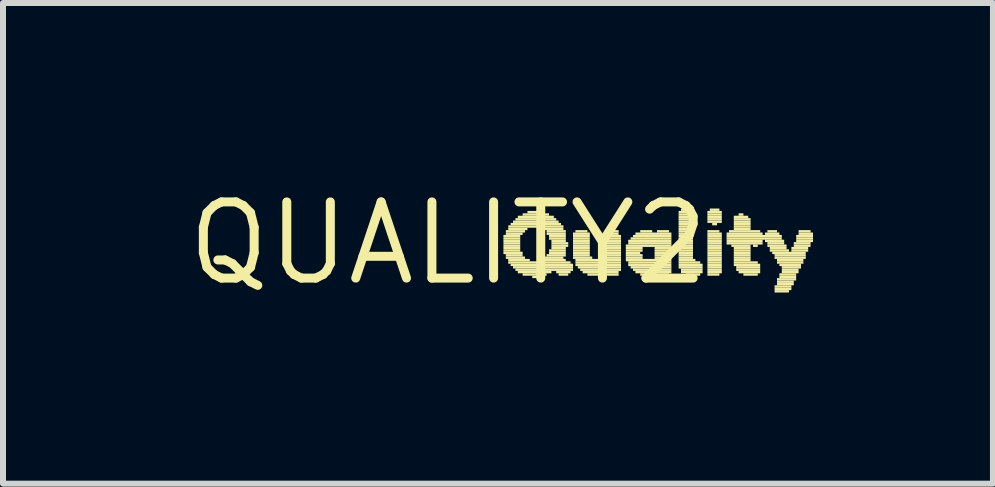
<source format=kicad_pcb>
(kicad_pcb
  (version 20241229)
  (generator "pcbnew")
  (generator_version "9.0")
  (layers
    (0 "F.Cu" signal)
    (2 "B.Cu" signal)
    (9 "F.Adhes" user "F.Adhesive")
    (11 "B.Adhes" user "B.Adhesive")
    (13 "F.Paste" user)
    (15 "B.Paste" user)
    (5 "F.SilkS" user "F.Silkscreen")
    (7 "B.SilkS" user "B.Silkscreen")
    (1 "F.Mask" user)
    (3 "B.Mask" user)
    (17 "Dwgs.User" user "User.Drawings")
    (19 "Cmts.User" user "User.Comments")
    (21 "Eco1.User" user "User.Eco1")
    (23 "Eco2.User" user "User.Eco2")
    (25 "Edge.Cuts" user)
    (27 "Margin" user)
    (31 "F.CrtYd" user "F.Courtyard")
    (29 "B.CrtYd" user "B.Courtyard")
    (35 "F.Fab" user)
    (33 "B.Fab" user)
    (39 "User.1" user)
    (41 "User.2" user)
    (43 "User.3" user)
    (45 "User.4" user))
  (footprint "QUALITY2"
    (layer "F.Cu")
    (at 4.422 1.006)
    (property "Reference" "QUALITY2" (at 0 0 0) (layer "F.SilkS") (effects (font (size 1.27 1.27) (thickness 0.15))))
    (fp_poly (pts (xy 0.92 -0.1) (xy 1.2 -0.1) (xy 1.2 -0.14) (xy 0.92 -0.14)) (stroke (width 0) (type default)) (fill yes) (layer "F.SilkS"))
    (fp_poly (pts (xy 0.92 -0.06) (xy 1.2 -0.06) (xy 1.2 -0.1) (xy 0.92 -0.1)) (stroke (width 0) (type default)) (fill yes) (layer "F.SilkS"))
    (fp_poly (pts (xy 0.92 -0.02) (xy 1.2 -0.02) (xy 1.2 -0.06) (xy 0.92 -0.06)) (stroke (width 0) (type default)) (fill yes) (layer "F.SilkS"))
    (fp_poly (pts (xy 0.92 0.02) (xy 1.2 0.02) (xy 1.2 -0.02) (xy 0.92 -0.02)) (stroke (width 0) (type default)) (fill yes) (layer "F.SilkS"))
    (fp_poly (pts (xy 0.92 0.06) (xy 1.2 0.06) (xy 1.2 0.02) (xy 0.92 0.02)) (stroke (width 0) (type default)) (fill yes) (layer "F.SilkS"))
    (fp_poly (pts (xy 0.92 0.1) (xy 1.2 0.1) (xy 1.2 0.06) (xy 0.92 0.06)) (stroke (width 0) (type default)) (fill yes) (layer "F.SilkS"))
    (fp_poly (pts (xy 0.92 0.14) (xy 1.2 0.14) (xy 1.2 0.1) (xy 0.92 0.1)) (stroke (width 0) (type default)) (fill yes) (layer "F.SilkS"))
    (fp_poly (pts (xy 0.92 0.18) (xy 1.24 0.18) (xy 1.24 0.14) (xy 0.92 0.14)) (stroke (width 0) (type default)) (fill yes) (layer "F.SilkS"))
    (fp_poly (pts (xy 0.96 -0.18) (xy 1.28 -0.18) (xy 1.28 -0.22) (xy 0.96 -0.22)) (stroke (width 0) (type default)) (fill yes) (layer "F.SilkS"))
    (fp_poly (pts (xy 0.96 -0.14) (xy 1.24 -0.14) (xy 1.24 -0.18) (xy 0.96 -0.18)) (stroke (width 0) (type default)) (fill yes) (layer "F.SilkS"))
    (fp_poly (pts (xy 0.96 0.22) (xy 1.24 0.22) (xy 1.24 0.18) (xy 0.96 0.18)) (stroke (width 0) (type default)) (fill yes) (layer "F.SilkS"))
    (fp_poly (pts (xy 0.96 0.26) (xy 1.28 0.26) (xy 1.28 0.22) (xy 0.96 0.22)) (stroke (width 0) (type default)) (fill yes) (layer "F.SilkS"))
    (fp_poly (pts (xy 1 -0.26) (xy 1.92 -0.26) (xy 1.92 -0.3) (xy 1 -0.3)) (stroke (width 0) (type default)) (fill yes) (layer "F.SilkS"))
    (fp_poly (pts (xy 1 -0.22) (xy 1.32 -0.22) (xy 1.32 -0.26) (xy 1 -0.26)) (stroke (width 0) (type default)) (fill yes) (layer "F.SilkS"))
    (fp_poly (pts (xy 1 0.3) (xy 1.36 0.3) (xy 1.36 0.26) (xy 1 0.26)) (stroke (width 0) (type default)) (fill yes) (layer "F.SilkS"))
    (fp_poly (pts (xy 1 0.34) (xy 2.04 0.34) (xy 2.04 0.3) (xy 1 0.3)) (stroke (width 0) (type default)) (fill yes) (layer "F.SilkS"))
    (fp_poly (pts (xy 1.04 -0.3) (xy 1.88 -0.3) (xy 1.88 -0.34) (xy 1.04 -0.34)) (stroke (width 0) (type default)) (fill yes) (layer "F.SilkS"))
    (fp_poly (pts (xy 1.04 0.38) (xy 2.08 0.38) (xy 2.08 0.34) (xy 1.04 0.34)) (stroke (width 0) (type default)) (fill yes) (layer "F.SilkS"))
    (fp_poly (pts (xy 1.08 -0.34) (xy 1.84 -0.34) (xy 1.84 -0.38) (xy 1.08 -0.38)) (stroke (width 0) (type default)) (fill yes) (layer "F.SilkS"))
    (fp_poly (pts (xy 1.08 0.42) (xy 2.08 0.42) (xy 2.08 0.38) (xy 1.08 0.38)) (stroke (width 0) (type default)) (fill yes) (layer "F.SilkS"))
    (fp_poly (pts (xy 1.12 -0.38) (xy 1.8 -0.38) (xy 1.8 -0.42) (xy 1.12 -0.42)) (stroke (width 0) (type default)) (fill yes) (layer "F.SilkS"))
    (fp_poly (pts (xy 1.12 0.46) (xy 2.08 0.46) (xy 2.08 0.42) (xy 1.12 0.42)) (stroke (width 0) (type default)) (fill yes) (layer "F.SilkS"))
    (fp_poly (pts (xy 1.16 -0.42) (xy 1.76 -0.42) (xy 1.76 -0.46) (xy 1.16 -0.46)) (stroke (width 0) (type default)) (fill yes) (layer "F.SilkS"))
    (fp_poly (pts (xy 1.16 0.5) (xy 1.72 0.5) (xy 1.72 0.46) (xy 1.16 0.46)) (stroke (width 0) (type default)) (fill yes) (layer "F.SilkS"))
    (fp_poly (pts (xy 1.24 -0.46) (xy 1.68 -0.46) (xy 1.68 -0.5) (xy 1.24 -0.5)) (stroke (width 0) (type default)) (fill yes) (layer "F.SilkS"))
    (fp_poly (pts (xy 1.24 0.54) (xy 1.64 0.54) (xy 1.64 0.5) (xy 1.24 0.5)) (stroke (width 0) (type default)) (fill yes) (layer "F.SilkS"))
    (fp_poly (pts (xy 1.32 -0.5) (xy 1.56 -0.5) (xy 1.56 -0.54) (xy 1.32 -0.54)) (stroke (width 0) (type default)) (fill yes) (layer "F.SilkS"))
    (fp_poly (pts (xy 1.4 0.58) (xy 1.52 0.58) (xy 1.52 0.54) (xy 1.4 0.54)) (stroke (width 0) (type default)) (fill yes) (layer "F.SilkS"))
    (fp_poly (pts (xy 1.52 0.3) (xy 1.96 0.3) (xy 1.96 0.26) (xy 1.52 0.26)) (stroke (width 0) (type default)) (fill yes) (layer "F.SilkS"))
    (fp_poly (pts (xy 1.56 -0.22) (xy 1.92 -0.22) (xy 1.92 -0.26) (xy 1.56 -0.26)) (stroke (width 0) (type default)) (fill yes) (layer "F.SilkS"))
    (fp_poly (pts (xy 1.6 0.26) (xy 1.92 0.26) (xy 1.92 0.22) (xy 1.6 0.22)) (stroke (width 0) (type default)) (fill yes) (layer "F.SilkS"))
    (fp_poly (pts (xy 1.64 -0.18) (xy 1.96 -0.18) (xy 1.96 -0.22) (xy 1.64 -0.22)) (stroke (width 0) (type default)) (fill yes) (layer "F.SilkS"))
    (fp_poly (pts (xy 1.64 -0.14) (xy 1.96 -0.14) (xy 1.96 -0.18) (xy 1.64 -0.18)) (stroke (width 0) (type default)) (fill yes) (layer "F.SilkS"))
    (fp_poly (pts (xy 1.64 0.22) (xy 1.96 0.22) (xy 1.96 0.18) (xy 1.64 0.18)) (stroke (width 0) (type default)) (fill yes) (layer "F.SilkS"))
    (fp_poly (pts (xy 1.68 -0.1) (xy 1.96 -0.1) (xy 1.96 -0.14) (xy 1.68 -0.14)) (stroke (width 0) (type default)) (fill yes) (layer "F.SilkS"))
    (fp_poly (pts (xy 1.68 -0.06) (xy 1.96 -0.06) (xy 1.96 -0.1) (xy 1.68 -0.1)) (stroke (width 0) (type default)) (fill yes) (layer "F.SilkS"))
    (fp_poly (pts (xy 1.68 0.14) (xy 1.96 0.14) (xy 1.96 0.1) (xy 1.68 0.1)) (stroke (width 0) (type default)) (fill yes) (layer "F.SilkS"))
    (fp_poly (pts (xy 1.68 0.18) (xy 1.96 0.18) (xy 1.96 0.14) (xy 1.68 0.14)) (stroke (width 0) (type default)) (fill yes) (layer "F.SilkS"))
    (fp_poly (pts (xy 1.72 -0.02) (xy 1.96 -0.02) (xy 1.96 -0.06) (xy 1.72 -0.06)) (stroke (width 0) (type default)) (fill yes) (layer "F.SilkS"))
    (fp_poly (pts (xy 1.72 0.02) (xy 2 0.02) (xy 2 -0.02) (xy 1.72 -0.02)) (stroke (width 0) (type default)) (fill yes) (layer "F.SilkS"))
    (fp_poly (pts (xy 1.72 0.06) (xy 2 0.06) (xy 2 0.02) (xy 1.72 0.02)) (stroke (width 0) (type default)) (fill yes) (layer "F.SilkS"))
    (fp_poly (pts (xy 1.72 0.1) (xy 1.96 0.1) (xy 1.96 0.06) (xy 1.72 0.06)) (stroke (width 0) (type default)) (fill yes) (layer "F.SilkS"))
    (fp_poly (pts (xy 1.8 0.5) (xy 2.04 0.5) (xy 2.04 0.46) (xy 1.8 0.46)) (stroke (width 0) (type default)) (fill yes) (layer "F.SilkS"))
    (fp_poly (pts (xy 1.84 0.54) (xy 2 0.54) (xy 2 0.5) (xy 1.84 0.5)) (stroke (width 0) (type default)) (fill yes) (layer "F.SilkS"))
    (fp_poly (pts (xy 2.08 -0.14) (xy 2.36 -0.14) (xy 2.36 -0.18) (xy 2.08 -0.18)) (stroke (width 0) (type default)) (fill yes) (layer "F.SilkS"))
    (fp_poly (pts (xy 2.08 -0.1) (xy 2.36 -0.1) (xy 2.36 -0.14) (xy 2.08 -0.14)) (stroke (width 0) (type default)) (fill yes) (layer "F.SilkS"))
    (fp_poly (pts (xy 2.08 -0.06) (xy 2.36 -0.06) (xy 2.36 -0.1) (xy 2.08 -0.1)) (stroke (width 0) (type default)) (fill yes) (layer "F.SilkS"))
    (fp_poly (pts (xy 2.08 -0.02) (xy 2.36 -0.02) (xy 2.36 -0.06) (xy 2.08 -0.06)) (stroke (width 0) (type default)) (fill yes) (layer "F.SilkS"))
    (fp_poly (pts (xy 2.08 0.02) (xy 2.36 0.02) (xy 2.36 -0.02) (xy 2.08 -0.02)) (stroke (width 0) (type default)) (fill yes) (layer "F.SilkS"))
    (fp_poly (pts (xy 2.08 0.06) (xy 2.36 0.06) (xy 2.36 0.02) (xy 2.08 0.02)) (stroke (width 0) (type default)) (fill yes) (layer "F.SilkS"))
    (fp_poly (pts (xy 2.08 0.1) (xy 2.36 0.1) (xy 2.36 0.06) (xy 2.08 0.06)) (stroke (width 0) (type default)) (fill yes) (layer "F.SilkS"))
    (fp_poly (pts (xy 2.08 0.14) (xy 2.36 0.14) (xy 2.36 0.1) (xy 2.08 0.1)) (stroke (width 0) (type default)) (fill yes) (layer "F.SilkS"))
    (fp_poly (pts (xy 2.08 0.18) (xy 2.36 0.18) (xy 2.36 0.14) (xy 2.08 0.14)) (stroke (width 0) (type default)) (fill yes) (layer "F.SilkS"))
    (fp_poly (pts (xy 2.08 0.22) (xy 2.36 0.22) (xy 2.36 0.18) (xy 2.08 0.18)) (stroke (width 0) (type default)) (fill yes) (layer "F.SilkS"))
    (fp_poly (pts (xy 2.08 0.26) (xy 2.4 0.26) (xy 2.4 0.22) (xy 2.08 0.22)) (stroke (width 0) (type default)) (fill yes) (layer "F.SilkS"))
    (fp_poly (pts (xy 2.12 -0.18) (xy 2.32 -0.18) (xy 2.32 -0.22) (xy 2.12 -0.22)) (stroke (width 0) (type default)) (fill yes) (layer "F.SilkS"))
    (fp_poly (pts (xy 2.12 0.3) (xy 2.88 0.3) (xy 2.88 0.26) (xy 2.12 0.26)) (stroke (width 0) (type default)) (fill yes) (layer "F.SilkS"))
    (fp_poly (pts (xy 2.12 0.34) (xy 2.88 0.34) (xy 2.88 0.3) (xy 2.12 0.3)) (stroke (width 0) (type default)) (fill yes) (layer "F.SilkS"))
    (fp_poly (pts (xy 2.12 0.38) (xy 2.88 0.38) (xy 2.88 0.34) (xy 2.12 0.34)) (stroke (width 0) (type default)) (fill yes) (layer "F.SilkS"))
    (fp_poly (pts (xy 2.16 0.42) (xy 2.88 0.42) (xy 2.88 0.38) (xy 2.16 0.38)) (stroke (width 0) (type default)) (fill yes) (layer "F.SilkS"))
    (fp_poly (pts (xy 2.2 0.46) (xy 2.88 0.46) (xy 2.88 0.42) (xy 2.2 0.42)) (stroke (width 0) (type default)) (fill yes) (layer "F.SilkS"))
    (fp_poly (pts (xy 2.24 0.5) (xy 2.84 0.5) (xy 2.84 0.46) (xy 2.24 0.46)) (stroke (width 0) (type default)) (fill yes) (layer "F.SilkS"))
    (fp_poly (pts (xy 2.32 0.54) (xy 2.52 0.54) (xy 2.52 0.5) (xy 2.32 0.5)) (stroke (width 0) (type default)) (fill yes) (layer "F.SilkS"))
    (fp_poly (pts (xy 2.56 0.26) (xy 2.88 0.26) (xy 2.88 0.22) (xy 2.56 0.22)) (stroke (width 0) (type default)) (fill yes) (layer "F.SilkS"))
    (fp_poly (pts (xy 2.6 -0.14) (xy 2.84 -0.14) (xy 2.84 -0.18) (xy 2.6 -0.18)) (stroke (width 0) (type default)) (fill yes) (layer "F.SilkS"))
    (fp_poly (pts (xy 2.6 -0.1) (xy 2.88 -0.1) (xy 2.88 -0.14) (xy 2.6 -0.14)) (stroke (width 0) (type default)) (fill yes) (layer "F.SilkS"))
    (fp_poly (pts (xy 2.6 -0.06) (xy 2.88 -0.06) (xy 2.88 -0.1) (xy 2.6 -0.1)) (stroke (width 0) (type default)) (fill yes) (layer "F.SilkS"))
    (fp_poly (pts (xy 2.6 -0.02) (xy 2.88 -0.02) (xy 2.88 -0.06) (xy 2.6 -0.06)) (stroke (width 0) (type default)) (fill yes) (layer "F.SilkS"))
    (fp_poly (pts (xy 2.6 0.02) (xy 2.88 0.02) (xy 2.88 -0.02) (xy 2.6 -0.02)) (stroke (width 0) (type default)) (fill yes) (layer "F.SilkS"))
    (fp_poly (pts (xy 2.6 0.06) (xy 2.88 0.06) (xy 2.88 0.02) (xy 2.6 0.02)) (stroke (width 0) (type default)) (fill yes) (layer "F.SilkS"))
    (fp_poly (pts (xy 2.6 0.1) (xy 2.88 0.1) (xy 2.88 0.06) (xy 2.6 0.06)) (stroke (width 0) (type default)) (fill yes) (layer "F.SilkS"))
    (fp_poly (pts (xy 2.6 0.14) (xy 2.88 0.14) (xy 2.88 0.1) (xy 2.6 0.1)) (stroke (width 0) (type default)) (fill yes) (layer "F.SilkS"))
    (fp_poly (pts (xy 2.6 0.18) (xy 2.88 0.18) (xy 2.88 0.14) (xy 2.6 0.14)) (stroke (width 0) (type default)) (fill yes) (layer "F.SilkS"))
    (fp_poly (pts (xy 2.6 0.22) (xy 2.88 0.22) (xy 2.88 0.18) (xy 2.6 0.18)) (stroke (width 0) (type default)) (fill yes) (layer "F.SilkS"))
    (fp_poly (pts (xy 2.64 -0.18) (xy 2.84 -0.18) (xy 2.84 -0.22) (xy 2.64 -0.22)) (stroke (width 0) (type default)) (fill yes) (layer "F.SilkS"))
    (fp_poly (pts (xy 2.64 0.54) (xy 2.84 0.54) (xy 2.84 0.5) (xy 2.64 0.5)) (stroke (width 0) (type default)) (fill yes) (layer "F.SilkS"))
    (fp_poly (pts (xy 2.96 0.06) (xy 3.72 0.06) (xy 3.72 0.02) (xy 2.96 0.02)) (stroke (width 0) (type default)) (fill yes) (layer "F.SilkS"))
    (fp_poly (pts (xy 2.96 0.1) (xy 3.24 0.1) (xy 3.24 0.06) (xy 2.96 0.06)) (stroke (width 0) (type default)) (fill yes) (layer "F.SilkS"))
    (fp_poly (pts (xy 2.96 0.14) (xy 3.24 0.14) (xy 3.24 0.1) (xy 2.96 0.1)) (stroke (width 0) (type default)) (fill yes) (layer "F.SilkS"))
    (fp_poly (pts (xy 2.96 0.18) (xy 3.2 0.18) (xy 3.2 0.14) (xy 2.96 0.14)) (stroke (width 0) (type default)) (fill yes) (layer "F.SilkS"))
    (fp_poly (pts (xy 2.96 0.22) (xy 3.24 0.22) (xy 3.24 0.18) (xy 2.96 0.18)) (stroke (width 0) (type default)) (fill yes) (layer "F.SilkS"))
    (fp_poly (pts (xy 2.96 0.26) (xy 3.24 0.26) (xy 3.24 0.22) (xy 2.96 0.22)) (stroke (width 0) (type default)) (fill yes) (layer "F.SilkS"))
    (fp_poly (pts (xy 2.96 0.3) (xy 3.72 0.3) (xy 3.72 0.26) (xy 2.96 0.26)) (stroke (width 0) (type default)) (fill yes) (layer "F.SilkS"))
    (fp_poly (pts (xy 3 -0.02) (xy 3.72 -0.02) (xy 3.72 -0.06) (xy 3 -0.06)) (stroke (width 0) (type default)) (fill yes) (layer "F.SilkS"))
    (fp_poly (pts (xy 3 0.02) (xy 3.72 0.02) (xy 3.72 -0.02) (xy 3 -0.02)) (stroke (width 0) (type default)) (fill yes) (layer "F.SilkS"))
    (fp_poly (pts (xy 3 0.34) (xy 3.72 0.34) (xy 3.72 0.3) (xy 3 0.3)) (stroke (width 0) (type default)) (fill yes) (layer "F.SilkS"))
    (fp_poly (pts (xy 3 0.38) (xy 3.72 0.38) (xy 3.72 0.34) (xy 3 0.34)) (stroke (width 0) (type default)) (fill yes) (layer "F.SilkS"))
    (fp_poly (pts (xy 3.04 -0.06) (xy 3.72 -0.06) (xy 3.72 -0.1) (xy 3.04 -0.1)) (stroke (width 0) (type default)) (fill yes) (layer "F.SilkS"))
    (fp_poly (pts (xy 3.04 0.42) (xy 3.72 0.42) (xy 3.72 0.38) (xy 3.04 0.38)) (stroke (width 0) (type default)) (fill yes) (layer "F.SilkS"))
    (fp_poly (pts (xy 3.08 -0.1) (xy 3.72 -0.1) (xy 3.72 -0.14) (xy 3.08 -0.14)) (stroke (width 0) (type default)) (fill yes) (layer "F.SilkS"))
    (fp_poly (pts (xy 3.08 0.46) (xy 3.72 0.46) (xy 3.72 0.42) (xy 3.08 0.42)) (stroke (width 0) (type default)) (fill yes) (layer "F.SilkS"))
    (fp_poly (pts (xy 3.12 -0.14) (xy 3.72 -0.14) (xy 3.72 -0.18) (xy 3.12 -0.18)) (stroke (width 0) (type default)) (fill yes) (layer "F.SilkS"))
    (fp_poly (pts (xy 3.12 0.5) (xy 3.72 0.5) (xy 3.72 0.46) (xy 3.12 0.46)) (stroke (width 0) (type default)) (fill yes) (layer "F.SilkS"))
    (fp_poly (pts (xy 3.2 -0.18) (xy 3.4 -0.18) (xy 3.4 -0.22) (xy 3.2 -0.22)) (stroke (width 0) (type default)) (fill yes) (layer "F.SilkS"))
    (fp_poly (pts (xy 3.2 0.54) (xy 3.4 0.54) (xy 3.4 0.5) (xy 3.2 0.5)) (stroke (width 0) (type default)) (fill yes) (layer "F.SilkS"))
    (fp_poly (pts (xy 3.44 0.1) (xy 3.72 0.1) (xy 3.72 0.06) (xy 3.44 0.06)) (stroke (width 0) (type default)) (fill yes) (layer "F.SilkS"))
    (fp_poly (pts (xy 3.44 0.14) (xy 3.72 0.14) (xy 3.72 0.1) (xy 3.44 0.1)) (stroke (width 0) (type default)) (fill yes) (layer "F.SilkS"))
    (fp_poly (pts (xy 3.44 0.18) (xy 3.72 0.18) (xy 3.72 0.14) (xy 3.44 0.14)) (stroke (width 0) (type default)) (fill yes) (layer "F.SilkS"))
    (fp_poly (pts (xy 3.44 0.22) (xy 3.72 0.22) (xy 3.72 0.18) (xy 3.44 0.18)) (stroke (width 0) (type default)) (fill yes) (layer "F.SilkS"))
    (fp_poly (pts (xy 3.44 0.26) (xy 3.72 0.26) (xy 3.72 0.22) (xy 3.44 0.22)) (stroke (width 0) (type default)) (fill yes) (layer "F.SilkS"))
    (fp_poly (pts (xy 3.48 -0.18) (xy 3.68 -0.18) (xy 3.68 -0.22) (xy 3.48 -0.22)) (stroke (width 0) (type default)) (fill yes) (layer "F.SilkS"))
    (fp_poly (pts (xy 3.48 0.54) (xy 3.68 0.54) (xy 3.68 0.5) (xy 3.48 0.5)) (stroke (width 0) (type default)) (fill yes) (layer "F.SilkS"))
    (fp_poly (pts (xy 3.84 -0.5) (xy 4.08 -0.5) (xy 4.08 -0.54) (xy 3.84 -0.54)) (stroke (width 0) (type default)) (fill yes) (layer "F.SilkS"))
    (fp_poly (pts (xy 3.84 -0.46) (xy 4.08 -0.46) (xy 4.08 -0.5) (xy 3.84 -0.5)) (stroke (width 0) (type default)) (fill yes) (layer "F.SilkS"))
    (fp_poly (pts (xy 3.84 -0.42) (xy 4.08 -0.42) (xy 4.08 -0.46) (xy 3.84 -0.46)) (stroke (width 0) (type default)) (fill yes) (layer "F.SilkS"))
    (fp_poly (pts (xy 3.84 -0.38) (xy 4.08 -0.38) (xy 4.08 -0.42) (xy 3.84 -0.42)) (stroke (width 0) (type default)) (fill yes) (layer "F.SilkS"))
    (fp_poly (pts (xy 3.84 -0.34) (xy 4.08 -0.34) (xy 4.08 -0.38) (xy 3.84 -0.38)) (stroke (width 0) (type default)) (fill yes) (layer "F.SilkS"))
    (fp_poly (pts (xy 3.84 -0.3) (xy 4.08 -0.3) (xy 4.08 -0.34) (xy 3.84 -0.34)) (stroke (width 0) (type default)) (fill yes) (layer "F.SilkS"))
    (fp_poly (pts (xy 3.84 -0.26) (xy 4.08 -0.26) (xy 4.08 -0.3) (xy 3.84 -0.3)) (stroke (width 0) (type default)) (fill yes) (layer "F.SilkS"))
    (fp_poly (pts (xy 3.84 -0.22) (xy 4.08 -0.22) (xy 4.08 -0.26) (xy 3.84 -0.26)) (stroke (width 0) (type default)) (fill yes) (layer "F.SilkS"))
    (fp_poly (pts (xy 3.84 -0.18) (xy 4.08 -0.18) (xy 4.08 -0.22) (xy 3.84 -0.22)) (stroke (width 0) (type default)) (fill yes) (layer "F.SilkS"))
    (fp_poly (pts (xy 3.84 -0.14) (xy 4.08 -0.14) (xy 4.08 -0.18) (xy 3.84 -0.18)) (stroke (width 0) (type default)) (fill yes) (layer "F.SilkS"))
    (fp_poly (pts (xy 3.84 -0.1) (xy 4.08 -0.1) (xy 4.08 -0.14) (xy 3.84 -0.14)) (stroke (width 0) (type default)) (fill yes) (layer "F.SilkS"))
    (fp_poly (pts (xy 3.84 -0.06) (xy 4.08 -0.06) (xy 4.08 -0.1) (xy 3.84 -0.1)) (stroke (width 0) (type default)) (fill yes) (layer "F.SilkS"))
    (fp_poly (pts (xy 3.84 -0.02) (xy 4.08 -0.02) (xy 4.08 -0.06) (xy 3.84 -0.06)) (stroke (width 0) (type default)) (fill yes) (layer "F.SilkS"))
    (fp_poly (pts (xy 3.84 0.02) (xy 4.08 0.02) (xy 4.08 -0.02) (xy 3.84 -0.02)) (stroke (width 0) (type default)) (fill yes) (layer "F.SilkS"))
    (fp_poly (pts (xy 3.84 0.06) (xy 4.08 0.06) (xy 4.08 0.02) (xy 3.84 0.02)) (stroke (width 0) (type default)) (fill yes) (layer "F.SilkS"))
    (fp_poly (pts (xy 3.84 0.1) (xy 4.08 0.1) (xy 4.08 0.06) (xy 3.84 0.06)) (stroke (width 0) (type default)) (fill yes) (layer "F.SilkS"))
    (fp_poly (pts (xy 3.84 0.14) (xy 4.08 0.14) (xy 4.08 0.1) (xy 3.84 0.1)) (stroke (width 0) (type default)) (fill yes) (layer "F.SilkS"))
    (fp_poly (pts (xy 3.84 0.18) (xy 4.08 0.18) (xy 4.08 0.14) (xy 3.84 0.14)) (stroke (width 0) (type default)) (fill yes) (layer "F.SilkS"))
    (fp_poly (pts (xy 3.84 0.22) (xy 4.08 0.22) (xy 4.08 0.18) (xy 3.84 0.18)) (stroke (width 0) (type default)) (fill yes) (layer "F.SilkS"))
    (fp_poly (pts (xy 3.84 0.26) (xy 4.08 0.26) (xy 4.08 0.22) (xy 3.84 0.22)) (stroke (width 0) (type default)) (fill yes) (layer "F.SilkS"))
    (fp_poly (pts (xy 3.84 0.3) (xy 4.12 0.3) (xy 4.12 0.26) (xy 3.84 0.26)) (stroke (width 0) (type default)) (fill yes) (layer "F.SilkS"))
    (fp_poly (pts (xy 3.84 0.34) (xy 4.2 0.34) (xy 4.2 0.3) (xy 3.84 0.3)) (stroke (width 0) (type default)) (fill yes) (layer "F.SilkS"))
    (fp_poly (pts (xy 3.84 0.38) (xy 4.24 0.38) (xy 4.24 0.34) (xy 3.84 0.34)) (stroke (width 0) (type default)) (fill yes) (layer "F.SilkS"))
    (fp_poly (pts (xy 3.84 0.42) (xy 4.24 0.42) (xy 4.24 0.38) (xy 3.84 0.38)) (stroke (width 0) (type default)) (fill yes) (layer "F.SilkS"))
    (fp_poly (pts (xy 3.88 -0.54) (xy 4.04 -0.54) (xy 4.04 -0.58) (xy 3.88 -0.58)) (stroke (width 0) (type default)) (fill yes) (layer "F.SilkS"))
    (fp_poly (pts (xy 3.88 0.46) (xy 4.24 0.46) (xy 4.24 0.42) (xy 3.88 0.42)) (stroke (width 0) (type default)) (fill yes) (layer "F.SilkS"))
    (fp_poly (pts (xy 3.88 0.5) (xy 4.24 0.5) (xy 4.24 0.46) (xy 3.88 0.46)) (stroke (width 0) (type default)) (fill yes) (layer "F.SilkS"))
    (fp_poly (pts (xy 3.96 0.54) (xy 4.2 0.54) (xy 4.2 0.5) (xy 3.96 0.5)) (stroke (width 0) (type default)) (fill yes) (layer "F.SilkS"))
    (fp_poly (pts (xy 4.32 -0.5) (xy 4.56 -0.5) (xy 4.56 -0.54) (xy 4.32 -0.54)) (stroke (width 0) (type default)) (fill yes) (layer "F.SilkS"))
    (fp_poly (pts (xy 4.32 -0.46) (xy 4.56 -0.46) (xy 4.56 -0.5) (xy 4.32 -0.5)) (stroke (width 0) (type default)) (fill yes) (layer "F.SilkS"))
    (fp_poly (pts (xy 4.32 -0.42) (xy 4.56 -0.42) (xy 4.56 -0.46) (xy 4.32 -0.46)) (stroke (width 0) (type default)) (fill yes) (layer "F.SilkS"))
    (fp_poly (pts (xy 4.32 -0.38) (xy 4.56 -0.38) (xy 4.56 -0.42) (xy 4.32 -0.42)) (stroke (width 0) (type default)) (fill yes) (layer "F.SilkS"))
    (fp_poly (pts (xy 4.32 -0.34) (xy 4.56 -0.34) (xy 4.56 -0.38) (xy 4.32 -0.38)) (stroke (width 0) (type default)) (fill yes) (layer "F.SilkS"))
    (fp_poly (pts (xy 4.32 -0.18) (xy 4.52 -0.18) (xy 4.52 -0.22) (xy 4.32 -0.22)) (stroke (width 0) (type default)) (fill yes) (layer "F.SilkS"))
    (fp_poly (pts (xy 4.32 -0.14) (xy 4.56 -0.14) (xy 4.56 -0.18) (xy 4.32 -0.18)) (stroke (width 0) (type default)) (fill yes) (layer "F.SilkS"))
    (fp_poly (pts (xy 4.32 -0.1) (xy 4.56 -0.1) (xy 4.56 -0.14) (xy 4.32 -0.14)) (stroke (width 0) (type default)) (fill yes) (layer "F.SilkS"))
    (fp_poly (pts (xy 4.32 -0.06) (xy 4.56 -0.06) (xy 4.56 -0.1) (xy 4.32 -0.1)) (stroke (width 0) (type default)) (fill yes) (layer "F.SilkS"))
    (fp_poly (pts (xy 4.32 -0.02) (xy 4.56 -0.02) (xy 4.56 -0.06) (xy 4.32 -0.06)) (stroke (width 0) (type default)) (fill yes) (layer "F.SilkS"))
    (fp_poly (pts (xy 4.32 0.02) (xy 4.56 0.02) (xy 4.56 -0.02) (xy 4.32 -0.02)) (stroke (width 0) (type default)) (fill yes) (layer "F.SilkS"))
    (fp_poly (pts (xy 4.32 0.06) (xy 4.56 0.06) (xy 4.56 0.02) (xy 4.32 0.02)) (stroke (width 0) (type default)) (fill yes) (layer "F.SilkS"))
    (fp_poly (pts (xy 4.32 0.1) (xy 4.56 0.1) (xy 4.56 0.06) (xy 4.32 0.06)) (stroke (width 0) (type default)) (fill yes) (layer "F.SilkS"))
    (fp_poly (pts (xy 4.32 0.14) (xy 4.56 0.14) (xy 4.56 0.1) (xy 4.32 0.1)) (stroke (width 0) (type default)) (fill yes) (layer "F.SilkS"))
    (fp_poly (pts (xy 4.32 0.18) (xy 4.56 0.18) (xy 4.56 0.14) (xy 4.32 0.14)) (stroke (width 0) (type default)) (fill yes) (layer "F.SilkS"))
    (fp_poly (pts (xy 4.32 0.22) (xy 4.56 0.22) (xy 4.56 0.18) (xy 4.32 0.18)) (stroke (width 0) (type default)) (fill yes) (layer "F.SilkS"))
    (fp_poly (pts (xy 4.32 0.26) (xy 4.56 0.26) (xy 4.56 0.22) (xy 4.32 0.22)) (stroke (width 0) (type default)) (fill yes) (layer "F.SilkS"))
    (fp_poly (pts (xy 4.32 0.3) (xy 4.56 0.3) (xy 4.56 0.26) (xy 4.32 0.26)) (stroke (width 0) (type default)) (fill yes) (layer "F.SilkS"))
    (fp_poly (pts (xy 4.32 0.34) (xy 4.56 0.34) (xy 4.56 0.3) (xy 4.32 0.3)) (stroke (width 0) (type default)) (fill yes) (layer "F.SilkS"))
    (fp_poly (pts (xy 4.32 0.38) (xy 4.56 0.38) (xy 4.56 0.34) (xy 4.32 0.34)) (stroke (width 0) (type default)) (fill yes) (layer "F.SilkS"))
    (fp_poly (pts (xy 4.32 0.42) (xy 4.56 0.42) (xy 4.56 0.38) (xy 4.32 0.38)) (stroke (width 0) (type default)) (fill yes) (layer "F.SilkS"))
    (fp_poly (pts (xy 4.32 0.46) (xy 4.56 0.46) (xy 4.56 0.42) (xy 4.32 0.42)) (stroke (width 0) (type default)) (fill yes) (layer "F.SilkS"))
    (fp_poly (pts (xy 4.32 0.5) (xy 4.56 0.5) (xy 4.56 0.46) (xy 4.32 0.46)) (stroke (width 0) (type default)) (fill yes) (layer "F.SilkS"))
    (fp_poly (pts (xy 4.32 0.54) (xy 4.52 0.54) (xy 4.52 0.5) (xy 4.32 0.5)) (stroke (width 0) (type default)) (fill yes) (layer "F.SilkS"))
    (fp_poly (pts (xy 4.36 -0.54) (xy 4.52 -0.54) (xy 4.52 -0.58) (xy 4.36 -0.58)) (stroke (width 0) (type default)) (fill yes) (layer "F.SilkS"))
    (fp_poly (pts (xy 4.4 -0.3) (xy 4.48 -0.3) (xy 4.48 -0.34) (xy 4.4 -0.34)) (stroke (width 0) (type default)) (fill yes) (layer "F.SilkS"))
    (fp_poly (pts (xy 4.64 -0.14) (xy 5.24 -0.14) (xy 5.24 -0.18) (xy 4.64 -0.18)) (stroke (width 0) (type default)) (fill yes) (layer "F.SilkS"))
    (fp_poly (pts (xy 4.64 -0.1) (xy 5.56 -0.1) (xy 5.56 -0.14) (xy 4.64 -0.14)) (stroke (width 0) (type default)) (fill yes) (layer "F.SilkS"))
    (fp_poly (pts (xy 4.64 -0.06) (xy 5.56 -0.06) (xy 5.56 -0.1) (xy 4.64 -0.1)) (stroke (width 0) (type default)) (fill yes) (layer "F.SilkS"))
    (fp_poly (pts (xy 4.64 -0.02) (xy 5.24 -0.02) (xy 5.24 -0.06) (xy 4.64 -0.06)) (stroke (width 0) (type default)) (fill yes) (layer "F.SilkS"))
    (fp_poly (pts (xy 4.64 0.02) (xy 5.24 0.02) (xy 5.24 -0.02) (xy 4.64 -0.02)) (stroke (width 0) (type default)) (fill yes) (layer "F.SilkS"))
    (fp_poly (pts (xy 4.68 -0.18) (xy 5.2 -0.18) (xy 5.2 -0.22) (xy 4.68 -0.22)) (stroke (width 0) (type default)) (fill yes) (layer "F.SilkS"))
    (fp_poly (pts (xy 4.72 0.06) (xy 5.04 0.06) (xy 5.04 0.02) (xy 4.72 0.02)) (stroke (width 0) (type default)) (fill yes) (layer "F.SilkS"))
    (fp_poly (pts (xy 4.76 -0.42) (xy 5 -0.42) (xy 5 -0.46) (xy 4.76 -0.46)) (stroke (width 0) (type default)) (fill yes) (layer "F.SilkS"))
    (fp_poly (pts (xy 4.76 -0.38) (xy 5.04 -0.38) (xy 5.04 -0.42) (xy 4.76 -0.42)) (stroke (width 0) (type default)) (fill yes) (layer "F.SilkS"))
    (fp_poly (pts (xy 4.76 -0.34) (xy 5.04 -0.34) (xy 5.04 -0.38) (xy 4.76 -0.38)) (stroke (width 0) (type default)) (fill yes) (layer "F.SilkS"))
    (fp_poly (pts (xy 4.76 -0.3) (xy 5.04 -0.3) (xy 5.04 -0.34) (xy 4.76 -0.34)) (stroke (width 0) (type default)) (fill yes) (layer "F.SilkS"))
    (fp_poly (pts (xy 4.76 -0.26) (xy 5.04 -0.26) (xy 5.04 -0.3) (xy 4.76 -0.3)) (stroke (width 0) (type default)) (fill yes) (layer "F.SilkS"))
    (fp_poly (pts (xy 4.76 -0.22) (xy 5.04 -0.22) (xy 5.04 -0.26) (xy 4.76 -0.26)) (stroke (width 0) (type default)) (fill yes) (layer "F.SilkS"))
    (fp_poly (pts (xy 4.76 0.1) (xy 5.04 0.1) (xy 5.04 0.06) (xy 4.76 0.06)) (stroke (width 0) (type default)) (fill yes) (layer "F.SilkS"))
    (fp_poly (pts (xy 4.76 0.14) (xy 5.04 0.14) (xy 5.04 0.1) (xy 4.76 0.1)) (stroke (width 0) (type default)) (fill yes) (layer "F.SilkS"))
    (fp_poly (pts (xy 4.76 0.18) (xy 5.04 0.18) (xy 5.04 0.14) (xy 4.76 0.14)) (stroke (width 0) (type default)) (fill yes) (layer "F.SilkS"))
    (fp_poly (pts (xy 4.76 0.22) (xy 5.04 0.22) (xy 5.04 0.18) (xy 4.76 0.18)) (stroke (width 0) (type default)) (fill yes) (layer "F.SilkS"))
    (fp_poly (pts (xy 4.76 0.26) (xy 5.04 0.26) (xy 5.04 0.22) (xy 4.76 0.22)) (stroke (width 0) (type default)) (fill yes) (layer "F.SilkS"))
    (fp_poly (pts (xy 4.76 0.3) (xy 5.04 0.3) (xy 5.04 0.26) (xy 4.76 0.26)) (stroke (width 0) (type default)) (fill yes) (layer "F.SilkS"))
    (fp_poly (pts (xy 4.76 0.34) (xy 5.16 0.34) (xy 5.16 0.3) (xy 4.76 0.3)) (stroke (width 0) (type default)) (fill yes) (layer "F.SilkS"))
    (fp_poly (pts (xy 4.76 0.38) (xy 5.2 0.38) (xy 5.2 0.34) (xy 4.76 0.34)) (stroke (width 0) (type default)) (fill yes) (layer "F.SilkS"))
    (fp_poly (pts (xy 4.8 0.42) (xy 5.2 0.42) (xy 5.2 0.38) (xy 4.8 0.38)) (stroke (width 0) (type default)) (fill yes) (layer "F.SilkS"))
    (fp_poly (pts (xy 4.8 0.46) (xy 5.2 0.46) (xy 5.2 0.42) (xy 4.8 0.42)) (stroke (width 0) (type default)) (fill yes) (layer "F.SilkS"))
    (fp_poly (pts (xy 4.84 -0.46) (xy 4.92 -0.46) (xy 4.92 -0.5) (xy 4.84 -0.5)) (stroke (width 0) (type default)) (fill yes) (layer "F.SilkS"))
    (fp_poly (pts (xy 4.84 0.5) (xy 5.2 0.5) (xy 5.2 0.46) (xy 4.84 0.46)) (stroke (width 0) (type default)) (fill yes) (layer "F.SilkS"))
    (fp_poly (pts (xy 4.92 0.54) (xy 5.16 0.54) (xy 5.16 0.5) (xy 4.92 0.5)) (stroke (width 0) (type default)) (fill yes) (layer "F.SilkS"))
    (fp_poly (pts (xy 5.08 0.06) (xy 5.16 0.06) (xy 5.16 0.02) (xy 5.08 0.02)) (stroke (width 0) (type default)) (fill yes) (layer "F.SilkS"))
    (fp_poly (pts (xy 5.28 -0.14) (xy 5.52 -0.14) (xy 5.52 -0.18) (xy 5.28 -0.18)) (stroke (width 0) (type default)) (fill yes) (layer "F.SilkS"))
    (fp_poly (pts (xy 5.28 -0.02) (xy 5.6 -0.02) (xy 5.6 -0.06) (xy 5.28 -0.06)) (stroke (width 0) (type default)) (fill yes) (layer "F.SilkS"))
    (fp_poly (pts (xy 5.32 -0.18) (xy 5.48 -0.18) (xy 5.48 -0.22) (xy 5.32 -0.22)) (stroke (width 0) (type default)) (fill yes) (layer "F.SilkS"))
    (fp_poly (pts (xy 5.32 0.02) (xy 5.6 0.02) (xy 5.6 -0.02) (xy 5.32 -0.02)) (stroke (width 0) (type default)) (fill yes) (layer "F.SilkS"))
    (fp_poly (pts (xy 5.32 0.06) (xy 5.64 0.06) (xy 5.64 0.02) (xy 5.32 0.02)) (stroke (width 0) (type default)) (fill yes) (layer "F.SilkS"))
    (fp_poly (pts (xy 5.36 0.1) (xy 5.64 0.1) (xy 5.64 0.06) (xy 5.36 0.06)) (stroke (width 0) (type default)) (fill yes) (layer "F.SilkS"))
    (fp_poly (pts (xy 5.36 0.14) (xy 5.68 0.14) (xy 5.68 0.1) (xy 5.36 0.1)) (stroke (width 0) (type default)) (fill yes) (layer "F.SilkS"))
    (fp_poly (pts (xy 5.4 0.18) (xy 5.96 0.18) (xy 5.96 0.14) (xy 5.4 0.14)) (stroke (width 0) (type default)) (fill yes) (layer "F.SilkS"))
    (fp_poly (pts (xy 5.44 0.22) (xy 5.96 0.22) (xy 5.96 0.18) (xy 5.44 0.18)) (stroke (width 0) (type default)) (fill yes) (layer "F.SilkS"))
    (fp_poly (pts (xy 5.44 0.26) (xy 5.96 0.26) (xy 5.96 0.22) (xy 5.44 0.22)) (stroke (width 0) (type default)) (fill yes) (layer "F.SilkS"))
    (fp_poly (pts (xy 5.44 0.74) (xy 5.72 0.74) (xy 5.72 0.7) (xy 5.44 0.7)) (stroke (width 0) (type default)) (fill yes) (layer "F.SilkS"))
    (fp_poly (pts (xy 5.44 0.78) (xy 5.72 0.78) (xy 5.72 0.74) (xy 5.44 0.74)) (stroke (width 0) (type default)) (fill yes) (layer "F.SilkS"))
    (fp_poly (pts (xy 5.44 0.82) (xy 5.68 0.82) (xy 5.68 0.78) (xy 5.44 0.78)) (stroke (width 0) (type default)) (fill yes) (layer "F.SilkS"))
    (fp_poly (pts (xy 5.48 0.3) (xy 5.92 0.3) (xy 5.92 0.26) (xy 5.48 0.26)) (stroke (width 0) (type default)) (fill yes) (layer "F.SilkS"))
    (fp_poly (pts (xy 5.48 0.34) (xy 5.92 0.34) (xy 5.92 0.3) (xy 5.48 0.3)) (stroke (width 0) (type default)) (fill yes) (layer "F.SilkS"))
    (fp_poly (pts (xy 5.48 0.62) (xy 5.8 0.62) (xy 5.8 0.58) (xy 5.48 0.58)) (stroke (width 0) (type default)) (fill yes) (layer "F.SilkS"))
    (fp_poly (pts (xy 5.48 0.66) (xy 5.76 0.66) (xy 5.76 0.62) (xy 5.48 0.62)) (stroke (width 0) (type default)) (fill yes) (layer "F.SilkS"))
    (fp_poly (pts (xy 5.48 0.7) (xy 5.76 0.7) (xy 5.76 0.66) (xy 5.48 0.66)) (stroke (width 0) (type default)) (fill yes) (layer "F.SilkS"))
    (fp_poly (pts (xy 5.52 0.38) (xy 5.88 0.38) (xy 5.88 0.34) (xy 5.52 0.34)) (stroke (width 0) (type default)) (fill yes) (layer "F.SilkS"))
    (fp_poly (pts (xy 5.52 0.54) (xy 5.8 0.54) (xy 5.8 0.5) (xy 5.52 0.5)) (stroke (width 0) (type default)) (fill yes) (layer "F.SilkS"))
    (fp_poly (pts (xy 5.52 0.58) (xy 5.8 0.58) (xy 5.8 0.54) (xy 5.52 0.54)) (stroke (width 0) (type default)) (fill yes) (layer "F.SilkS"))
    (fp_poly (pts (xy 5.56 0.42) (xy 5.88 0.42) (xy 5.88 0.38) (xy 5.56 0.38)) (stroke (width 0) (type default)) (fill yes) (layer "F.SilkS"))
    (fp_poly (pts (xy 5.56 0.46) (xy 5.84 0.46) (xy 5.84 0.42) (xy 5.56 0.42)) (stroke (width 0) (type default)) (fill yes) (layer "F.SilkS"))
    (fp_poly (pts (xy 5.56 0.5) (xy 5.84 0.5) (xy 5.84 0.46) (xy 5.56 0.46)) (stroke (width 0) (type default)) (fill yes) (layer "F.SilkS"))
    (fp_poly (pts (xy 5.72 0.1) (xy 6 0.1) (xy 6 0.06) (xy 5.72 0.06)) (stroke (width 0) (type default)) (fill yes) (layer "F.SilkS"))
    (fp_poly (pts (xy 5.72 0.14) (xy 6 0.14) (xy 6 0.1) (xy 5.72 0.1)) (stroke (width 0) (type default)) (fill yes) (layer "F.SilkS"))
    (fp_poly (pts (xy 5.76 0.02) (xy 6.04 0.02) (xy 6.04 -0.02) (xy 5.76 -0.02)) (stroke (width 0) (type default)) (fill yes) (layer "F.SilkS"))
    (fp_poly (pts (xy 5.76 0.06) (xy 6.04 0.06) (xy 6.04 0.02) (xy 5.76 0.02)) (stroke (width 0) (type default)) (fill yes) (layer "F.SilkS"))
    (fp_poly (pts (xy 5.8 -0.1) (xy 6.08 -0.1) (xy 6.08 -0.14) (xy 5.8 -0.14)) (stroke (width 0) (type default)) (fill yes) (layer "F.SilkS"))
    (fp_poly (pts (xy 5.8 -0.06) (xy 6.08 -0.06) (xy 6.08 -0.1) (xy 5.8 -0.1)) (stroke (width 0) (type default)) (fill yes) (layer "F.SilkS"))
    (fp_poly (pts (xy 5.8 -0.02) (xy 6.08 -0.02) (xy 6.08 -0.06) (xy 5.8 -0.06)) (stroke (width 0) (type default)) (fill yes) (layer "F.SilkS"))
    (fp_poly (pts (xy 5.84 -0.18) (xy 6.04 -0.18) (xy 6.04 -0.22) (xy 5.84 -0.22)) (stroke (width 0) (type default)) (fill yes) (layer "F.SilkS"))
    (fp_poly (pts (xy 5.84 -0.14) (xy 6.08 -0.14) (xy 6.08 -0.18) (xy 5.84 -0.18)) (stroke (width 0) (type default)) (fill yes) (layer "F.SilkS")))
  (gr_rect
    (start -3 -3)
    (end 13.502 5.012)
    (stroke (width 0.1) (type default))
    (fill no)
    (layer "Edge.Cuts")))
</source>
